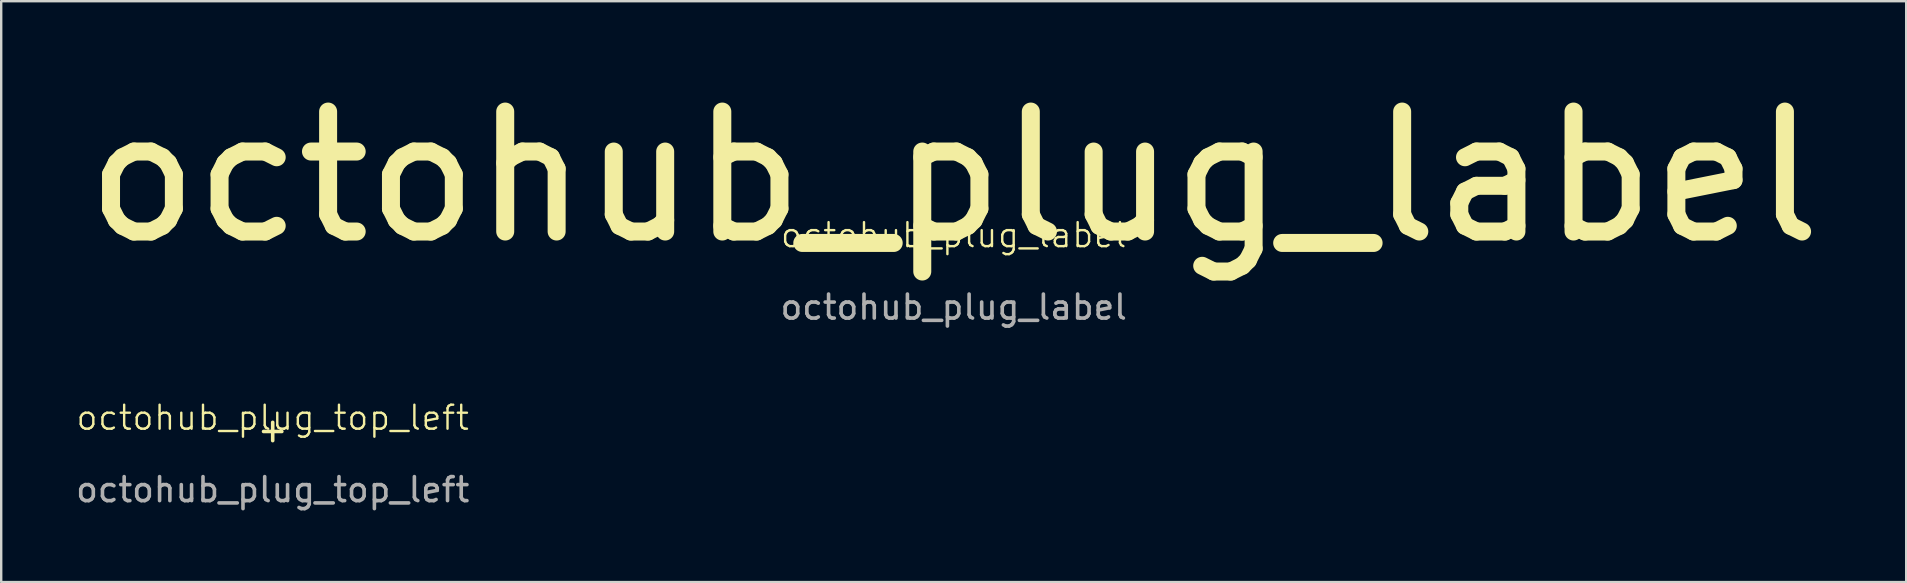
<source format=kicad_pcb>
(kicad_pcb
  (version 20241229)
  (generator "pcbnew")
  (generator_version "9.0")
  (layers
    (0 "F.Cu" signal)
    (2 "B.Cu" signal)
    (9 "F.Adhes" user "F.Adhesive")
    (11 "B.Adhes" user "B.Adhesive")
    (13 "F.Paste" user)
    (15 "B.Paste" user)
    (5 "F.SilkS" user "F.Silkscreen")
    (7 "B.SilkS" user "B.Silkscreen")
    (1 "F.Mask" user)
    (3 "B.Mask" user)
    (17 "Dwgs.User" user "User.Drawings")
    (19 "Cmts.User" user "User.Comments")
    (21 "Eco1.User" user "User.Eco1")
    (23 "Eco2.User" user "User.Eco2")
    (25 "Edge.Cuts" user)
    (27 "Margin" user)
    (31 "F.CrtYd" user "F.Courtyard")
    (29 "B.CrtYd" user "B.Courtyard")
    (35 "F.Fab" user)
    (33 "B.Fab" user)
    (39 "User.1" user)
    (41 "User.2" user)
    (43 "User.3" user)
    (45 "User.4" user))
  (footprint "octohub_plug_top_left"
    (layer "F.Cu")
    (at 8.315 14.859)
    (property "Reference" "octohub_plug_top_left" (at 0 -0.5 0) (unlocked yes) (layer "F.SilkS") (effects (font (size 1 1) (thickness 0.1))))
    (fp_text user "+" (at 0 0 0) (unlocked yes) (layer "F.SilkS") (effects (font (size 1 1) (thickness 0.15))))
    (fp_text user "${REFERENCE}" (at 0 2.5 0) (unlocked yes) (layer "F.Fab") (effects (font (size 1 1) (thickness 0.15)))))
  (footprint "octohub_plug_label"
    (layer "F.Cu")
    (at 36.696 7.25)
    (property "Reference" "octohub_plug_label" (at 0 -0.5 0) (unlocked yes) (layer "F.SilkS") (effects (font (size 1 1) (thickness 0.1))))
    (property "Value" "octohub_plug_label" (at 0 1 0) (unlocked yes) (layer "F.Fab") (hide yes) (effects (font (size 1 1) (thickness 0.15))))
    (fp_text user "${VALUE}" (at 0 0 0) (unlocked yes) (layer "F.SilkS") (effects (font (size 5 5) (thickness 0.75)) (justify bottom)))
    (fp_text user "${REFERENCE}" (at 0 2.5 0) (unlocked yes) (layer "F.Fab") (effects (font (size 1 1) (thickness 0.15)))))
  (gr_rect
    (start -3 -3)
    (end 76.393 21.207)
    (stroke (width 0.1) (type default))
    (fill no)
    (layer "Edge.Cuts")))
</source>
